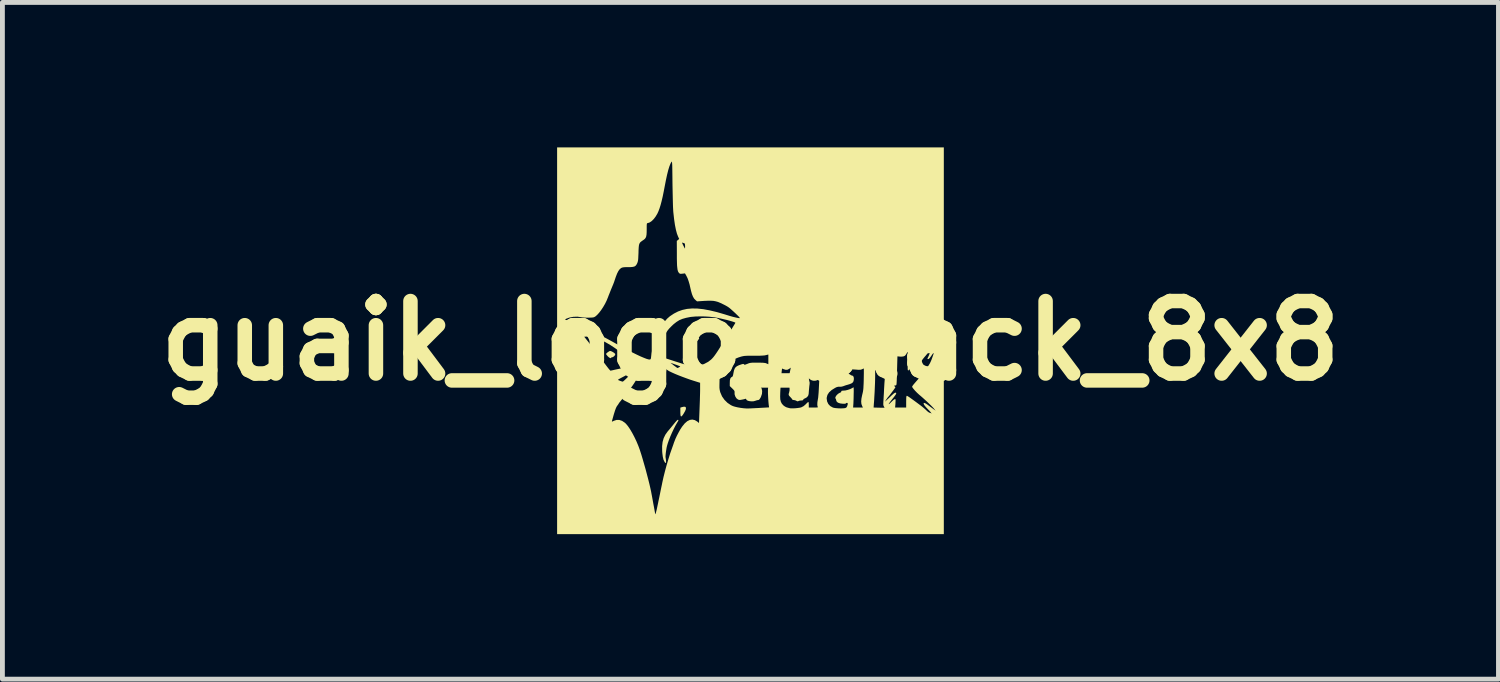
<source format=kicad_pcb>
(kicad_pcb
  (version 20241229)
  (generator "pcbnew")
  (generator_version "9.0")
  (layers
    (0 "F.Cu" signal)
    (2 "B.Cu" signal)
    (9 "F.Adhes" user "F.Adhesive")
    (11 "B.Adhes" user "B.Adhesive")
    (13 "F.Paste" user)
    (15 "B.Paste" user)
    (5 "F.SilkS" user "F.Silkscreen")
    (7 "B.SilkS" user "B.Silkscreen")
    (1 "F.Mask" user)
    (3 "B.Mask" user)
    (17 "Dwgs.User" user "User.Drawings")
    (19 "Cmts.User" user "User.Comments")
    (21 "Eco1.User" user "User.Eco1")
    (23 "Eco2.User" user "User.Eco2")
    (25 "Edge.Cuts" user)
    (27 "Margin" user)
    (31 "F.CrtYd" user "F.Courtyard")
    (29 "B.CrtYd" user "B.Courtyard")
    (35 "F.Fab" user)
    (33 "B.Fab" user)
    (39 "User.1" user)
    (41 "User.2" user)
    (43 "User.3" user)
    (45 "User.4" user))
  (footprint "guaik_logo_black_8x8"
    (layer "F.Cu")
    (at 12.479 4.001)
    (property "Reference" "guaik_logo_black_8x8" (at 0 0 0) (layer "F.SilkS") (effects (font (size 1.5 1.5) (thickness 0.3))))
    (attr board_only exclude_from_pos_files exclude_from_bom)
    (fp_poly (pts (xy -1.348 1.368) (xy -1.335 1.385) (xy -1.336 1.414) (xy -1.352 1.454) (xy -1.382 1.507) (xy -1.382 1.507) (xy -1.407 1.544) (xy -1.426 1.564) (xy -1.439 1.566) (xy -1.446 1.55) (xy -1.45 1.516) (xy -1.451 1.476) (xy -1.451 1.384) (xy -1.417 1.373) (xy -1.375 1.364)) (stroke (width 0) (type solid)) (fill yes) (layer "F.SilkS"))
    (fp_poly (pts (xy -2.891 0.213) (xy -2.865 0.224) (xy -2.837 0.24) (xy -2.813 0.258) (xy -2.799 0.273) (xy -2.799 0.288) (xy -2.811 0.309) (xy -2.83 0.327) (xy -2.85 0.339) (xy -2.858 0.341) (xy -2.876 0.344) (xy -2.882 0.35) (xy -2.888 0.36) (xy -2.904 0.358) (xy -2.927 0.345) (xy -2.951 0.324) (xy -2.953 0.322) (xy -2.973 0.298) (xy -2.986 0.28) (xy -2.989 0.274) (xy -2.981 0.262) (xy -2.963 0.245) (xy -2.939 0.228) (xy -2.916 0.214) (xy -2.908 0.211)) (stroke (width 0) (type solid)) (fill yes) (layer "F.SilkS"))
    (fp_poly (pts (xy -1.179 -0.14) (xy -1.154 -0.126) (xy -1.126 -0.106) (xy -1.098 -0.084) (xy -1.075 -0.064) (xy -1.062 -0.049) (xy -1.061 -0.046) (xy -1.068 -0.034) (xy -1.086 -0.014) (xy -1.111 0.011) (xy -1.138 0.036) (xy -1.164 0.058) (xy -1.185 0.073) (xy -1.195 0.078) (xy -1.209 0.07) (xy -1.219 0.058) (xy -1.241 0.042) (xy -1.263 0.039) (xy -1.287 0.035) (xy -1.308 0.019) (xy -1.32 0.005) (xy -1.346 -0.03) (xy -1.323 -0.055) (xy -1.298 -0.079) (xy -1.267 -0.103) (xy -1.236 -0.125) (xy -1.21 -0.14) (xy -1.194 -0.146)) (stroke (width 0) (type solid)) (fill yes) (layer "F.SilkS"))
    (fp_poly (pts (xy -1.493 1.638) (xy -1.491 1.648) (xy -1.5 1.667) (xy -1.517 1.695) (xy -1.55 1.752) (xy -1.586 1.822) (xy -1.623 1.9) (xy -1.658 1.98) (xy -1.689 2.058) (xy -1.713 2.128) (xy -1.727 2.176) (xy -1.735 2.21) (xy -1.742 2.252) (xy -1.749 2.298) (xy -1.754 2.341) (xy -1.757 2.378) (xy -1.758 2.402) (xy -1.757 2.409) (xy -1.755 2.424) (xy -1.751 2.451) (xy -1.748 2.475) (xy -1.747 2.511) (xy -1.751 2.529) (xy -1.761 2.528) (xy -1.777 2.508) (xy -1.777 2.507) (xy -1.799 2.463) (xy -1.814 2.402) (xy -1.824 2.324) (xy -1.827 2.283) (xy -1.828 2.182) (xy -1.818 2.094) (xy -1.796 2.016) (xy -1.761 1.944) (xy -1.712 1.875) (xy -1.698 1.859) (xy -1.667 1.822) (xy -1.63 1.777) (xy -1.593 1.732) (xy -1.58 1.716) (xy -1.553 1.683) (xy -1.529 1.656) (xy -1.511 1.639) (xy -1.503 1.636)) (stroke (width 0) (type solid)) (fill yes) (layer "F.SilkS"))
    (fp_poly (pts (xy 4.001 0) (xy 4.001 4.001) (xy 0 4.001) (xy -4.001 4.001) (xy -4.001 1.673) (xy -2.867 1.673) (xy -2.858 1.671) (xy -2.837 1.662) (xy -2.825 1.656) (xy -2.77 1.638) (xy -2.713 1.639) (xy -2.656 1.658) (xy -2.601 1.695) (xy -2.576 1.718) (xy -2.536 1.766) (xy -2.493 1.829) (xy -2.448 1.905) (xy -2.403 1.99) (xy -2.36 2.08) (xy -2.321 2.173) (xy -2.287 2.265) (xy -2.285 2.273) (xy -2.258 2.356) (xy -2.23 2.45) (xy -2.201 2.551) (xy -2.171 2.656) (xy -2.143 2.762) (xy -2.116 2.865) (xy -2.092 2.961) (xy -2.072 3.048) (xy -2.056 3.121) (xy -2.051 3.149) (xy -2.036 3.228) (xy -2.022 3.305) (xy -2.009 3.378) (xy -1.996 3.445) (xy -1.986 3.502) (xy -1.978 3.547) (xy -1.972 3.577) (xy -1.97 3.587) (xy -1.967 3.589) (xy -1.961 3.575) (xy -1.953 3.544) (xy -1.941 3.497) (xy -1.927 3.431) (xy -1.909 3.347) (xy -1.907 3.334) (xy -1.89 3.255) (xy -1.874 3.177) (xy -1.859 3.102) (xy -1.845 3.034) (xy -1.833 2.978) (xy -1.825 2.937) (xy -1.825 2.937) (xy -1.8 2.823) (xy -1.769 2.7) (xy -1.735 2.574) (xy -1.698 2.45) (xy -1.662 2.334) (xy -1.63 2.243) (xy -1.613 2.195) (xy -1.596 2.147) (xy -1.582 2.105) (xy -1.576 2.09) (xy -1.554 2.033) (xy -1.524 1.968) (xy -1.488 1.899) (xy -1.451 1.833) (xy -1.414 1.777) (xy -1.412 1.774) (xy -1.36 1.71) (xy -1.307 1.664) (xy -1.254 1.638) (xy -1.202 1.631) (xy -1.15 1.643) (xy -1.1 1.673) (xy -1.065 1.702) (xy -1.053 1.394) (xy -1.05 1.312) (xy -1.047 1.231) (xy -1.045 1.154) (xy -1.043 1.086) (xy -1.042 1.029) (xy -1.042 0.986) (xy -1.042 0.978) (xy -1.042 0.926) (xy -0.642 0.926) (xy -0.642 0.969) (xy -0.639 1.002) (xy -0.634 1.03) (xy -0.627 1.059) (xy -0.622 1.073) (xy -0.588 1.152) (xy -0.537 1.224) (xy -0.475 1.285) (xy -0.404 1.333) (xy -0.363 1.352) (xy -0.321 1.365) (xy -0.266 1.378) (xy -0.204 1.389) (xy -0.141 1.397) (xy -0.084 1.401) (xy -0.073 1.401) (xy -0.045 1.401) (xy -0.002 1.4) (xy 0.053 1.397) (xy 0.114 1.394) (xy 0.179 1.391) (xy 0.185 1.39) (xy 0.385 1.379) (xy 0.377 1.32) (xy 0.374 1.287) (xy 0.37 1.241) (xy 0.367 1.187) (xy 0.365 1.149) (xy 0.614 1.149) (xy 0.617 1.213) (xy 0.629 1.262) (xy 0.65 1.303) (xy 0.683 1.339) (xy 0.685 1.341) (xy 0.715 1.362) (xy 0.747 1.378) (xy 0.757 1.381) (xy 0.786 1.389) (xy 0.81 1.395) (xy 0.813 1.396) (xy 0.839 1.399) (xy 0.879 1.399) (xy 0.926 1.397) (xy 0.974 1.392) (xy 1.017 1.386) (xy 1.049 1.379) (xy 1.053 1.377) (xy 1.101 1.352) (xy 1.144 1.314) (xy 1.168 1.289) (xy 1.187 1.272) (xy 1.198 1.266) (xy 1.203 1.274) (xy 1.206 1.297) (xy 1.207 1.324) (xy 1.207 1.382) (xy 1.307 1.382) (xy 1.352 1.382) (xy 1.38 1.38) (xy 1.394 1.377) (xy 1.395 1.372) (xy 1.394 1.371) (xy 1.386 1.351) (xy 1.383 1.317) (xy 1.385 1.273) (xy 1.393 1.223) (xy 1.396 1.205) (xy 1.398 1.195) (xy 1.577 1.195) (xy 1.586 1.256) (xy 1.611 1.309) (xy 1.65 1.351) (xy 1.701 1.38) (xy 1.725 1.388) (xy 1.764 1.394) (xy 1.815 1.398) (xy 1.868 1.4) (xy 1.918 1.398) (xy 1.957 1.394) (xy 1.961 1.393) (xy 1.984 1.382) (xy 1.999 1.359) (xy 2.001 1.353) (xy 2.012 1.317) (xy 2.013 1.295) (xy 2.003 1.286) (xy 1.996 1.285) (xy 1.98 1.289) (xy 1.976 1.295) (xy 1.967 1.301) (xy 1.944 1.304) (xy 1.911 1.303) (xy 1.872 1.299) (xy 1.85 1.295) (xy 1.81 1.281) (xy 1.783 1.257) (xy 1.772 1.225) (xy 1.772 1.222) (xy 1.767 1.202) (xy 1.76 1.195) (xy 1.754 1.188) (xy 1.758 1.17) (xy 1.761 1.16) (xy 1.783 1.126) (xy 1.814 1.097) (xy 1.848 1.077) (xy 1.855 1.075) (xy 1.875 1.063) (xy 1.879 1.05) (xy 1.882 1.039) (xy 1.894 1.034) (xy 1.92 1.032) (xy 1.926 1.032) (xy 1.968 1.028) (xy 2.016 1.016) (xy 2.063 1) (xy 2.1 0.982) (xy 2.105 0.979) (xy 2.123 0.968) (xy 2.133 0.964) (xy 2.135 0.973) (xy 2.136 0.998) (xy 2.137 1.036) (xy 2.136 1.084) (xy 2.135 1.137) (xy 2.134 1.193) (xy 2.132 1.248) (xy 2.13 1.299) (xy 2.128 1.326) (xy 2.124 1.382) (xy 2.226 1.382) (xy 2.327 1.382) (xy 2.327 1.382) (xy 2.548 1.382) (xy 2.659 1.385) (xy 2.703 1.386) (xy 2.74 1.386) (xy 2.764 1.386) (xy 2.773 1.386) (xy 2.771 1.378) (xy 2.761 1.36) (xy 2.751 1.339) (xy 2.748 1.309) (xy 2.75 1.274) (xy 2.75 1.261) (xy 2.782 1.261) (xy 2.825 1.222) (xy 2.853 1.196) (xy 2.888 1.163) (xy 2.923 1.129) (xy 2.927 1.126) (xy 2.964 1.093) (xy 2.99 1.076) (xy 3.003 1.074) (xy 3.012 1.078) (xy 3.016 1.085) (xy 3.015 1.094) (xy 3.008 1.11) (xy 2.992 1.133) (xy 2.967 1.167) (xy 2.931 1.212) (xy 2.908 1.241) (xy 2.879 1.28) (xy 2.863 1.303) (xy 2.861 1.313) (xy 2.871 1.308) (xy 2.893 1.288) (xy 2.925 1.257) (xy 2.958 1.226) (xy 2.981 1.21) (xy 2.995 1.208) (xy 3.002 1.215) (xy 3.003 1.227) (xy 3.002 1.254) (xy 3 1.29) (xy 3 1.302) (xy 2.993 1.382) (xy 3.108 1.382) (xy 3.222 1.382) (xy 3.222 1.261) (xy 3.223 1.208) (xy 3.224 1.173) (xy 3.227 1.151) (xy 3.232 1.141) (xy 3.236 1.139) (xy 3.244 1.142) (xy 3.26 1.151) (xy 3.285 1.167) (xy 3.319 1.191) (xy 3.365 1.224) (xy 3.424 1.267) (xy 3.496 1.321) (xy 3.514 1.334) (xy 3.555 1.366) (xy 3.598 1.402) (xy 3.635 1.435) (xy 3.64 1.441) (xy 3.668 1.466) (xy 3.693 1.484) (xy 3.709 1.491) (xy 3.711 1.491) (xy 3.728 1.495) (xy 3.734 1.499) (xy 3.743 1.506) (xy 3.746 1.504) (xy 3.742 1.496) (xy 3.727 1.476) (xy 3.703 1.449) (xy 3.678 1.424) (xy 3.636 1.379) (xy 3.607 1.345) (xy 3.59 1.32) (xy 3.583 1.3) (xy 3.583 1.295) (xy 3.589 1.286) (xy 3.608 1.289) (xy 3.639 1.306) (xy 3.669 1.327) (xy 3.707 1.356) (xy 3.75 1.387) (xy 3.777 1.407) (xy 3.831 1.446) (xy 3.799 1.407) (xy 3.777 1.382) (xy 3.743 1.347) (xy 3.7 1.305) (xy 3.653 1.26) (xy 3.604 1.215) (xy 3.556 1.172) (xy 3.512 1.134) (xy 3.496 1.121) (xy 3.45 1.079) (xy 3.405 1.033) (xy 3.367 0.988) (xy 3.345 0.956) (xy 3.348 0.943) (xy 3.365 0.917) (xy 3.396 0.88) (xy 3.414 0.859) (xy 3.491 0.771) (xy 3.561 0.686) (xy 3.622 0.606) (xy 3.672 0.533) (xy 3.711 0.47) (xy 3.731 0.429) (xy 3.746 0.393) (xy 3.76 0.354) (xy 3.774 0.315) (xy 3.785 0.282) (xy 3.792 0.257) (xy 3.793 0.246) (xy 3.793 0.246) (xy 3.786 0.251) (xy 3.771 0.27) (xy 3.752 0.298) (xy 3.743 0.311) (xy 3.714 0.351) (xy 3.692 0.374) (xy 3.679 0.38) (xy 3.665 0.378) (xy 3.662 0.371) (xy 3.668 0.354) (xy 3.676 0.339) (xy 3.688 0.313) (xy 3.701 0.28) (xy 3.713 0.248) (xy 3.721 0.22) (xy 3.725 0.201) (xy 3.725 0.197) (xy 3.717 0.202) (xy 3.701 0.219) (xy 3.678 0.245) (xy 3.67 0.255) (xy 3.644 0.287) (xy 3.619 0.317) (xy 3.6 0.338) (xy 3.598 0.341) (xy 3.583 0.359) (xy 3.56 0.389) (xy 3.533 0.424) (xy 3.52 0.441) (xy 3.487 0.485) (xy 3.461 0.512) (xy 3.443 0.525) (xy 3.432 0.524) (xy 3.431 0.523) (xy 3.432 0.513) (xy 3.439 0.489) (xy 3.451 0.456) (xy 3.455 0.447) (xy 3.475 0.394) (xy 3.488 0.358) (xy 3.494 0.337) (xy 3.493 0.331) (xy 3.485 0.338) (xy 3.47 0.358) (xy 3.45 0.385) (xy 3.446 0.39) (xy 3.424 0.42) (xy 3.405 0.443) (xy 3.393 0.455) (xy 3.392 0.456) (xy 3.381 0.467) (xy 3.363 0.488) (xy 3.341 0.516) (xy 3.319 0.547) (xy 3.299 0.575) (xy 3.285 0.596) (xy 3.281 0.605) (xy 3.273 0.612) (xy 3.265 0.613) (xy 3.26 0.612) (xy 3.256 0.605) (xy 3.254 0.591) (xy 3.253 0.567) (xy 3.253 0.531) (xy 3.254 0.481) (xy 3.256 0.416) (xy 3.258 0.347) (xy 3.259 0.296) (xy 3.259 0.262) (xy 3.256 0.242) (xy 3.252 0.236) (xy 3.245 0.241) (xy 3.234 0.257) (xy 3.22 0.282) (xy 3.197 0.31) (xy 3.163 0.325) (xy 3.116 0.329) (xy 3.095 0.328) (xy 3.041 0.323) (xy 3.034 0.583) (xy 3.031 0.673) (xy 3.029 0.745) (xy 3.028 0.802) (xy 3.026 0.845) (xy 3.024 0.877) (xy 3.022 0.898) (xy 3.019 0.912) (xy 3.015 0.919) (xy 3.01 0.923) (xy 3.004 0.924) (xy 2.996 0.925) (xy 2.995 0.925) (xy 2.976 0.929) (xy 2.974 0.935) (xy 2.982 0.943) (xy 2.995 0.957) (xy 2.999 0.964) (xy 2.993 0.974) (xy 2.978 0.995) (xy 2.957 1.025) (xy 2.931 1.059) (xy 2.905 1.094) (xy 2.88 1.127) (xy 2.859 1.153) (xy 2.848 1.164) (xy 2.833 1.184) (xy 2.814 1.211) (xy 2.807 1.222) (xy 2.782 1.261) (xy 2.75 1.261) (xy 2.751 1.245) (xy 2.754 1.201) (xy 2.757 1.145) (xy 2.761 1.083) (xy 2.764 1.018) (xy 2.764 1.012) (xy 2.768 0.945) (xy 2.772 0.877) (xy 2.777 0.815) (xy 2.781 0.761) (xy 2.784 0.723) (xy 2.79 0.671) (xy 2.793 0.636) (xy 2.792 0.614) (xy 2.786 0.604) (xy 2.773 0.601) (xy 2.752 0.603) (xy 2.728 0.606) (xy 2.687 0.609) (xy 2.647 0.611) (xy 2.621 0.609) (xy 2.58 0.604) (xy 2.58 0.733) (xy 2.579 0.799) (xy 2.577 0.88) (xy 2.573 0.971) (xy 2.569 1.066) (xy 2.563 1.162) (xy 2.558 1.252) (xy 2.554 1.296) (xy 2.548 1.382) (xy 2.327 1.382) (xy 2.312 1.352) (xy 2.296 1.309) (xy 2.291 1.259) (xy 2.296 1.198) (xy 2.311 1.124) (xy 2.312 1.12) (xy 2.321 1.084) (xy 2.328 1.051) (xy 2.333 1.018) (xy 2.337 0.98) (xy 2.339 0.935) (xy 2.342 0.878) (xy 2.344 0.805) (xy 2.344 0.796) (xy 2.345 0.733) (xy 2.346 0.676) (xy 2.346 0.63) (xy 2.346 0.596) (xy 2.345 0.577) (xy 2.344 0.574) (xy 2.333 0.578) (xy 2.312 0.588) (xy 2.309 0.59) (xy 2.281 0.599) (xy 2.245 0.601) (xy 2.217 0.6) (xy 2.185 0.597) (xy 2.139 0.594) (xy 2.084 0.591) (xy 2.027 0.589) (xy 2.012 0.588) (xy 1.953 0.585) (xy 1.911 0.582) (xy 1.883 0.578) (xy 1.868 0.573) (xy 1.862 0.568) (xy 1.854 0.56) (xy 1.845 0.564) (xy 1.829 0.573) (xy 1.803 0.585) (xy 1.791 0.589) (xy 1.761 0.602) (xy 1.736 0.616) (xy 1.73 0.621) (xy 1.71 0.647) (xy 1.693 0.684) (xy 1.685 0.719) (xy 1.684 0.726) (xy 1.687 0.742) (xy 1.697 0.744) (xy 1.708 0.74) (xy 1.727 0.735) (xy 1.761 0.73) (xy 1.803 0.724) (xy 1.837 0.72) (xy 1.882 0.714) (xy 1.922 0.707) (xy 1.952 0.7) (xy 1.964 0.695) (xy 1.997 0.683) (xy 2.033 0.684) (xy 2.062 0.699) (xy 2.064 0.701) (xy 2.085 0.716) (xy 2.103 0.72) (xy 2.123 0.729) (xy 2.136 0.753) (xy 2.14 0.789) (xy 2.137 0.813) (xy 2.13 0.842) (xy 2.116 0.864) (xy 2.091 0.882) (xy 2.052 0.898) (xy 2.013 0.91) (xy 1.974 0.921) (xy 1.937 0.934) (xy 1.916 0.942) (xy 1.877 0.951) (xy 1.843 0.952) (xy 1.814 0.952) (xy 1.783 0.96) (xy 1.752 0.975) (xy 1.68 1.02) (xy 1.627 1.068) (xy 1.593 1.12) (xy 1.578 1.177) (xy 1.577 1.195) (xy 1.398 1.195) (xy 1.401 1.177) (xy 1.405 1.132) (xy 1.41 1.074) (xy 1.414 1.004) (xy 1.418 0.925) (xy 1.421 0.866) (xy 1.424 0.794) (xy 1.427 0.726) (xy 1.43 0.667) (xy 1.432 0.619) (xy 1.434 0.584) (xy 1.435 0.566) (xy 1.435 0.565) (xy 1.436 0.552) (xy 1.434 0.557) (xy 1.425 0.576) (xy 1.406 0.589) (xy 1.374 0.598) (xy 1.327 0.603) (xy 1.315 0.604) (xy 1.232 0.608) (xy 1.224 0.647) (xy 1.215 0.702) (xy 1.21 0.754) (xy 1.21 0.797) (xy 1.215 0.826) (xy 1.217 0.833) (xy 1.225 0.866) (xy 1.223 0.902) (xy 1.218 0.937) (xy 1.214 0.98) (xy 1.209 1.035) (xy 1.204 1.102) (xy 1.193 1.139) (xy 1.167 1.17) (xy 1.131 1.191) (xy 1.123 1.194) (xy 1.102 1.205) (xy 1.093 1.218) (xy 1.084 1.231) (xy 1.064 1.236) (xy 1.05 1.236) (xy 1.02 1.239) (xy 0.996 1.246) (xy 0.994 1.248) (xy 0.976 1.254) (xy 0.957 1.247) (xy 0.951 1.243) (xy 0.922 1.231) (xy 0.896 1.227) (xy 0.875 1.224) (xy 0.866 1.217) (xy 0.866 1.217) (xy 0.86 1.205) (xy 0.843 1.185) (xy 0.828 1.168) (xy 0.803 1.142) (xy 0.791 1.121) (xy 0.791 1.099) (xy 0.799 1.074) (xy 0.809 1.028) (xy 0.809 0.975) (xy 0.799 0.931) (xy 0.792 0.893) (xy 0.791 0.841) (xy 0.795 0.777) (xy 0.805 0.704) (xy 0.817 0.641) (xy 0.834 0.556) (xy 0.803 0.58) (xy 0.768 0.599) (xy 0.732 0.602) (xy 0.689 0.589) (xy 0.689 0.589) (xy 0.654 0.575) (xy 0.648 0.616) (xy 0.645 0.646) (xy 0.641 0.691) (xy 0.636 0.748) (xy 0.632 0.813) (xy 0.627 0.882) (xy 0.623 0.951) (xy 0.619 1.017) (xy 0.616 1.075) (xy 0.615 1.122) (xy 0.614 1.149) (xy 0.365 1.149) (xy 0.364 1.132) (xy 0.364 1.129) (xy 0.362 1.086) (xy 0.362 1.048) (xy 0.362 1.011) (xy 0.365 0.972) (xy 0.369 0.927) (xy 0.375 0.874) (xy 0.384 0.808) (xy 0.395 0.726) (xy 0.395 0.725) (xy 0.401 0.686) (xy 0.381 0.718) (xy 0.358 0.744) (xy 0.33 0.765) (xy 0.329 0.765) (xy 0.302 0.775) (xy 0.26 0.784) (xy 0.209 0.792) (xy 0.154 0.798) (xy 0.1 0.802) (xy 0.08 0.803) (xy 0.029 0.803) (xy 0.029 0.839) (xy 0.026 0.871) (xy 0.02 0.9) (xy 0.019 0.901) (xy 0.014 0.919) (xy 0.018 0.923) (xy 0.023 0.922) (xy 0.039 0.918) (xy 0.069 0.914) (xy 0.104 0.91) (xy 0.171 0.903) (xy 0.202 0.938) (xy 0.23 0.985) (xy 0.242 1.039) (xy 0.238 1.099) (xy 0.217 1.161) (xy 0.208 1.179) (xy 0.189 1.209) (xy 0.172 1.224) (xy 0.16 1.227) (xy 0.137 1.23) (xy 0.108 1.24) (xy 0.101 1.242) (xy 0.067 1.252) (xy 0.027 1.254) (xy -0.012 1.251) (xy -0.048 1.243) (xy -0.074 1.231) (xy -0.087 1.215) (xy -0.088 1.211) (xy -0.094 1.2) (xy -0.102 1.201) (xy -0.119 1.206) (xy -0.147 1.213) (xy -0.173 1.218) (xy -0.208 1.224) (xy -0.233 1.224) (xy -0.254 1.218) (xy -0.258 1.216) (xy -0.29 1.191) (xy -0.314 1.153) (xy -0.328 1.109) (xy -0.329 1.081) (xy -0.328 1.057) (xy -0.332 1.039) (xy -0.344 1.021) (xy -0.366 0.998) (xy -0.377 0.987) (xy -0.428 0.938) (xy -0.428 0.874) (xy -0.426 0.82) (xy -0.417 0.783) (xy -0.402 0.76) (xy -0.387 0.751) (xy -0.374 0.743) (xy -0.365 0.728) (xy -0.358 0.701) (xy -0.353 0.673) (xy -0.342 0.619) (xy -0.328 0.579) (xy -0.309 0.55) (xy -0.281 0.527) (xy -0.24 0.507) (xy -0.183 0.487) (xy -0.181 0.487) (xy -0.155 0.48) (xy -0.141 0.481) (xy -0.133 0.489) (xy -0.126 0.495) (xy -0.113 0.496) (xy -0.091 0.488) (xy -0.064 0.478) (xy -0.04 0.468) (xy -0.018 0.461) (xy 0.006 0.457) (xy 0.035 0.454) (xy 0.075 0.453) (xy 0.13 0.453) (xy 0.146 0.453) (xy 0.209 0.454) (xy 0.256 0.455) (xy 0.291 0.459) (xy 0.316 0.463) (xy 0.333 0.47) (xy 0.37 0.486) (xy 0.37 0.451) (xy 2.59 0.451) (xy 2.655 0.444) (xy 2.696 0.441) (xy 2.734 0.439) (xy 2.758 0.438) (xy 2.794 0.438) (xy 2.794 0.36) (xy 2.794 0.281) (xy 2.772 0.296) (xy 2.751 0.305) (xy 2.717 0.31) (xy 2.67 0.312) (xy 2.59 0.312) (xy 2.59 0.381) (xy 2.59 0.451) (xy 0.37 0.451) (xy 0.37 0.385) (xy 0.37 0.285) (xy 0.319 0.298) (xy 0.289 0.304) (xy 0.246 0.307) (xy 0.188 0.31) (xy 0.114 0.31) (xy 0.073 0.31) (xy 0.004 0.31) (xy -0.05 0.31) (xy -0.092 0.312) (xy -0.125 0.314) (xy -0.154 0.319) (xy -0.181 0.325) (xy -0.196 0.329) (xy -0.252 0.347) (xy -0.308 0.37) (xy -0.36 0.395) (xy -0.402 0.42) (xy -0.418 0.432) (xy -0.481 0.49) (xy -0.529 0.544) (xy -0.568 0.599) (xy -0.595 0.647) (xy -0.638 0.733) (xy -0.641 0.869) (xy -0.642 0.926) (xy -1.042 0.926) (xy -1.042 0.87) (xy -1.176 0.828) (xy -1.248 0.805) (xy -1.326 0.777) (xy -1.407 0.747) (xy -1.485 0.717) (xy -1.558 0.687) (xy -1.621 0.659) (xy -1.671 0.635) (xy -1.687 0.627) (xy -1.752 0.585) (xy -1.805 0.541) (xy -1.841 0.499) (xy -1.865 0.467) (xy -1.937 0.518) (xy -1.971 0.543) (xy -2.002 0.565) (xy -2.023 0.581) (xy -2.028 0.584) (xy -2.044 0.591) (xy -2.071 0.596) (xy -2.111 0.598) (xy -2.153 0.599) (xy -2.201 0.599) (xy -2.232 0.601) (xy -2.25 0.604) (xy -2.258 0.609) (xy -2.259 0.613) (xy -2.264 0.628) (xy -2.277 0.656) (xy -2.297 0.694) (xy -2.322 0.738) (xy -2.349 0.785) (xy -2.377 0.832) (xy -2.404 0.875) (xy -2.428 0.911) (xy -2.441 0.93) (xy -2.463 0.96) (xy -2.481 0.986) (xy -2.49 1.002) (xy -2.49 1.003) (xy -2.499 1.018) (xy -2.517 1.044) (xy -2.54 1.076) (xy -2.565 1.108) (xy -2.588 1.135) (xy -2.604 1.154) (xy -2.623 1.174) (xy -2.647 1.2) (xy -2.673 1.23) (xy -2.696 1.259) (xy -2.715 1.282) (xy -2.725 1.297) (xy -2.726 1.299) (xy -2.732 1.31) (xy -2.746 1.33) (xy -2.756 1.343) (xy -2.771 1.366) (xy -2.786 1.399) (xy -2.803 1.445) (xy -2.822 1.506) (xy -2.828 1.525) (xy -2.842 1.575) (xy -2.854 1.618) (xy -2.863 1.65) (xy -2.867 1.669) (xy -2.867 1.673) (xy -4.001 1.673) (xy -4.001 0.809) (xy -2.739 0.809) (xy -2.73 0.817) (xy -2.704 0.827) (xy -2.7 0.829) (xy -2.671 0.839) (xy -2.649 0.845) (xy -2.643 0.846) (xy -2.633 0.84) (xy -2.612 0.822) (xy -2.583 0.795) (xy -2.548 0.761) (xy -2.531 0.744) (xy -2.429 0.64) (xy -2.575 0.715) (xy -2.624 0.741) (xy -2.668 0.764) (xy -2.703 0.783) (xy -2.727 0.796) (xy -2.734 0.801) (xy -2.739 0.809) (xy -4.001 0.809) (xy -4.001 0) (xy -4.001 -0.083) (xy -3.44 -0.083) (xy -3.382 -0.01) (xy -3.361 0.016) (xy -3.332 0.055) (xy -3.294 0.104) (xy -3.25 0.162) (xy -3.203 0.225) (xy -3.153 0.29) (xy -3.126 0.326) (xy -3.069 0.402) (xy -3.023 0.463) (xy -2.986 0.512) (xy -2.957 0.55) (xy -2.935 0.578) (xy -2.919 0.597) (xy -2.908 0.609) (xy -2.901 0.616) (xy -2.895 0.619) (xy -2.892 0.619) (xy -2.888 0.618) (xy -2.876 0.615) (xy -2.847 0.609) (xy -2.805 0.599) (xy -2.752 0.588) (xy -2.691 0.575) (xy -2.643 0.565) (xy -2.578 0.55) (xy -2.518 0.538) (xy -2.467 0.526) (xy -2.428 0.518) (xy -2.403 0.512) (xy -2.395 0.51) (xy -2.393 0.503) (xy -2.404 0.486) (xy -2.43 0.459) (xy -2.432 0.458) (xy -1.652 0.458) (xy -1.647 0.463) (xy -1.63 0.476) (xy -1.606 0.495) (xy -1.578 0.517) (xy -1.55 0.537) (xy -1.527 0.554) (xy -1.513 0.563) (xy -1.511 0.564) (xy -1.501 0.561) (xy -1.481 0.551) (xy -1.478 0.549) (xy -1.46 0.538) (xy -1.452 0.531) (xy -1.452 0.531) (xy -1.462 0.526) (xy -1.486 0.517) (xy -1.519 0.504) (xy -1.556 0.491) (xy -1.592 0.478) (xy -1.624 0.467) (xy -1.645 0.459) (xy -1.652 0.458) (xy -2.432 0.458) (xy -2.453 0.437) (xy -2.572 0.331) (xy -2.689 0.236) (xy -2.803 0.152) (xy -2.911 0.081) (xy -3.012 0.024) (xy -3.105 -0.018) (xy -3.108 -0.019) (xy -3.176 -0.043) (xy -3.243 -0.062) (xy -3.306 -0.077) (xy -3.359 -0.085) (xy -3.395 -0.086) (xy -3.44 -0.083) (xy -4.001 -0.083) (xy -4.001 -0.436) (xy -3.833 -0.436) (xy -3.817 -0.429) (xy -3.795 -0.424) (xy -3.748 -0.413) (xy -3.686 -0.392) (xy -3.609 -0.361) (xy -3.518 -0.321) (xy -3.414 -0.272) (xy -3.298 -0.215) (xy -3.172 -0.15) (xy -3.035 -0.078) (xy -2.889 0.001) (xy -2.736 0.086) (xy -2.63 0.144) (xy -2.529 0.198) (xy -2.434 0.247) (xy -2.347 0.29) (xy -2.27 0.326) (xy -2.203 0.354) (xy -2.149 0.375) (xy -2.109 0.386) (xy -2.091 0.389) (xy -2.071 0.385) (xy -2.061 0.369) (xy -2.06 0.363) (xy -2.056 0.34) (xy -2.056 0.337) (xy -1.84 0.337) (xy -1.648 0.398) (xy -1.559 0.427) (xy -1.486 0.45) (xy -1.428 0.469) (xy -1.382 0.483) (xy -1.346 0.494) (xy -1.318 0.502) (xy -1.297 0.508) (xy -1.28 0.513) (xy -1.27 0.515) (xy -1.208 0.523) (xy -1.137 0.523) (xy -1.068 0.514) (xy -1.054 0.511) (xy -0.96 0.481) (xy -0.875 0.436) (xy -0.815 0.39) (xy -0.792 0.367) (xy -0.767 0.339) (xy -0.74 0.304) (xy -0.709 0.26) (xy -0.673 0.206) (xy -0.63 0.138) (xy -0.591 0.076) (xy -0.568 0.039) (xy -0.537 -0.01) (xy -0.501 -0.067) (xy -0.463 -0.128) (xy -0.425 -0.187) (xy -0.423 -0.19) (xy -0.39 -0.242) (xy -0.361 -0.289) (xy -0.338 -0.327) (xy -0.321 -0.355) (xy -0.313 -0.37) (xy -0.312 -0.372) (xy -0.321 -0.379) (xy -0.346 -0.389) (xy -0.384 -0.401) (xy -0.432 -0.415) (xy -0.487 -0.43) (xy -0.547 -0.444) (xy -0.608 -0.458) (xy -0.667 -0.471) (xy -0.722 -0.481) (xy -0.759 -0.487) (xy -0.851 -0.497) (xy -0.948 -0.503) (xy -1.045 -0.504) (xy -1.135 -0.502) (xy -1.215 -0.495) (xy -1.242 -0.492) (xy -1.332 -0.474) (xy -1.407 -0.453) (xy -1.472 -0.426) (xy -1.531 -0.389) (xy -1.591 -0.342) (xy -1.639 -0.296) (xy -1.681 -0.253) (xy -1.711 -0.217) (xy -1.735 -0.182) (xy -1.757 -0.143) (xy -1.761 -0.133) (xy -1.793 -0.053) (xy -1.817 0.039) (xy -1.833 0.137) (xy -1.84 0.234) (xy -1.84 0.246) (xy -1.84 0.337) (xy -2.056 0.337) (xy -2.051 0.305) (xy -2.046 0.265) (xy -2.045 0.258) (xy -2.025 0.142) (xy -1.994 0.026) (xy -1.954 -0.088) (xy -1.905 -0.195) (xy -1.85 -0.295) (xy -1.789 -0.383) (xy -1.724 -0.457) (xy -1.667 -0.507) (xy -1.584 -0.562) (xy -1.498 -0.606) (xy -1.408 -0.638) (xy -1.311 -0.659) (xy -1.208 -0.668) (xy -1.096 -0.666) (xy -0.974 -0.653) (xy -0.84 -0.628) (xy -0.694 -0.593) (xy -0.533 -0.546) (xy -0.501 -0.536) (xy -0.43 -0.514) (xy -0.363 -0.495) (xy -0.305 -0.481) (xy -0.258 -0.471) (xy -0.226 -0.467) (xy -0.223 -0.467) (xy -0.221 -0.473) (xy -0.232 -0.489) (xy -0.258 -0.516) (xy -0.298 -0.555) (xy -0.309 -0.566) (xy -0.358 -0.611) (xy -0.397 -0.646) (xy -0.428 -0.673) (xy -0.456 -0.694) (xy -0.484 -0.712) (xy -0.516 -0.73) (xy -0.555 -0.75) (xy -0.57 -0.757) (xy -0.624 -0.783) (xy -0.672 -0.803) (xy -0.718 -0.816) (xy -0.765 -0.825) (xy -0.817 -0.828) (xy -0.879 -0.828) (xy -0.955 -0.825) (xy -0.983 -0.823) (xy -1.105 -0.815) (xy -1.137 -0.842) (xy -1.166 -0.872) (xy -1.19 -0.913) (xy -1.211 -0.966) (xy -1.23 -1.034) (xy -1.24 -1.076) (xy -1.26 -1.165) (xy -1.281 -1.236) (xy -1.302 -1.295) (xy -1.326 -1.343) (xy -1.33 -1.351) (xy -1.355 -1.394) (xy -1.407 -1.388) (xy -1.439 -1.385) (xy -1.458 -1.387) (xy -1.473 -1.397) (xy -1.478 -1.403) (xy -1.491 -1.419) (xy -1.501 -1.441) (xy -1.509 -1.47) (xy -1.514 -1.509) (xy -1.519 -1.558) (xy -1.521 -1.621) (xy -1.523 -1.7) (xy -1.523 -1.796) (xy -1.523 -1.8) (xy -1.524 -2.022) (xy -1.413 -2.022) (xy -1.405 -2.002) (xy -1.391 -1.973) (xy -1.375 -1.942) (xy -1.363 -1.919) (xy -1.356 -1.908) (xy -1.356 -1.908) (xy -1.354 -1.917) (xy -1.353 -1.94) (xy -1.353 -1.961) (xy -1.355 -1.993) (xy -1.36 -2.01) (xy -1.37 -2.018) (xy -1.37 -2.018) (xy -1.395 -2.026) (xy -1.405 -2.03) (xy -1.413 -2.031) (xy -1.413 -2.022) (xy -1.524 -2.022) (xy -1.524 -2.066) (xy -1.499 -2.086) (xy -1.475 -2.107) (xy -1.496 -2.151) (xy -1.521 -2.215) (xy -1.543 -2.298) (xy -1.563 -2.398) (xy -1.58 -2.515) (xy -1.595 -2.649) (xy -1.598 -2.682) (xy -1.6 -2.721) (xy -1.603 -2.776) (xy -1.605 -2.846) (xy -1.607 -2.926) (xy -1.609 -3.015) (xy -1.611 -3.11) (xy -1.613 -3.207) (xy -1.614 -3.271) (xy -1.615 -3.377) (xy -1.616 -3.465) (xy -1.617 -3.536) (xy -1.618 -3.593) (xy -1.619 -3.636) (xy -1.621 -3.668) (xy -1.623 -3.689) (xy -1.625 -3.701) (xy -1.628 -3.707) (xy -1.631 -3.706) (xy -1.633 -3.704) (xy -1.655 -3.665) (xy -1.678 -3.607) (xy -1.702 -3.529) (xy -1.726 -3.433) (xy -1.751 -3.316) (xy -1.771 -3.213) (xy -1.795 -3.088) (xy -1.817 -2.98) (xy -1.839 -2.887) (xy -1.86 -2.808) (xy -1.881 -2.741) (xy -1.903 -2.682) (xy -1.926 -2.631) (xy -1.928 -2.628) (xy -1.963 -2.569) (xy -2.002 -2.518) (xy -2.044 -2.476) (xy -2.086 -2.448) (xy -2.124 -2.435) (xy -2.133 -2.434) (xy -2.139 -2.431) (xy -2.143 -2.422) (xy -2.146 -2.402) (xy -2.147 -2.369) (xy -2.147 -2.32) (xy -2.147 -2.31) (xy -2.148 -2.244) (xy -2.151 -2.194) (xy -2.158 -2.157) (xy -2.17 -2.128) (xy -2.188 -2.106) (xy -2.213 -2.086) (xy -2.226 -2.078) (xy -2.254 -2.058) (xy -2.276 -2.041) (xy -2.291 -2.022) (xy -2.302 -1.998) (xy -2.309 -1.967) (xy -2.313 -1.925) (xy -2.316 -1.868) (xy -2.317 -1.821) (xy -2.32 -1.757) (xy -2.322 -1.708) (xy -2.325 -1.672) (xy -2.33 -1.645) (xy -2.336 -1.624) (xy -2.343 -1.605) (xy -2.36 -1.573) (xy -2.378 -1.551) (xy -2.402 -1.536) (xy -2.435 -1.528) (xy -2.481 -1.524) (xy -2.531 -1.524) (xy -2.582 -1.523) (xy -2.618 -1.521) (xy -2.644 -1.517) (xy -2.663 -1.511) (xy -2.677 -1.504) (xy -2.706 -1.48) (xy -2.733 -1.443) (xy -2.759 -1.392) (xy -2.786 -1.323) (xy -2.794 -1.299) (xy -2.809 -1.255) (xy -2.822 -1.215) (xy -2.834 -1.185) (xy -2.838 -1.173) (xy -2.85 -1.145) (xy -2.866 -1.106) (xy -2.885 -1.061) (xy -2.904 -1.013) (xy -2.922 -0.967) (xy -2.938 -0.928) (xy -2.948 -0.9) (xy -2.952 -0.891) (xy -2.978 -0.827) (xy -3.011 -0.761) (xy -3.049 -0.696) (xy -3.09 -0.634) (xy -3.132 -0.579) (xy -3.173 -0.534) (xy -3.21 -0.502) (xy -3.237 -0.487) (xy -3.261 -0.482) (xy -3.299 -0.479) (xy -3.346 -0.478) (xy -3.396 -0.478) (xy -3.444 -0.48) (xy -3.484 -0.484) (xy -3.505 -0.488) (xy -3.582 -0.498) (xy -3.665 -0.495) (xy -3.746 -0.48) (xy -3.809 -0.457) (xy -3.83 -0.445) (xy -3.833 -0.436) (xy -4.001 -0.436) (xy -4.001 -4.001) (xy 0 -4.001) (xy 4.001 -4.001)) (stroke (width 0) (type solid)) (fill yes) (layer "F.SilkS")))
  (gr_rect
    (start -3 -3)
    (end 27.957 11.003)
    (stroke (width 0.1) (type default))
    (fill no)
    (layer "Edge.Cuts")))
</source>
